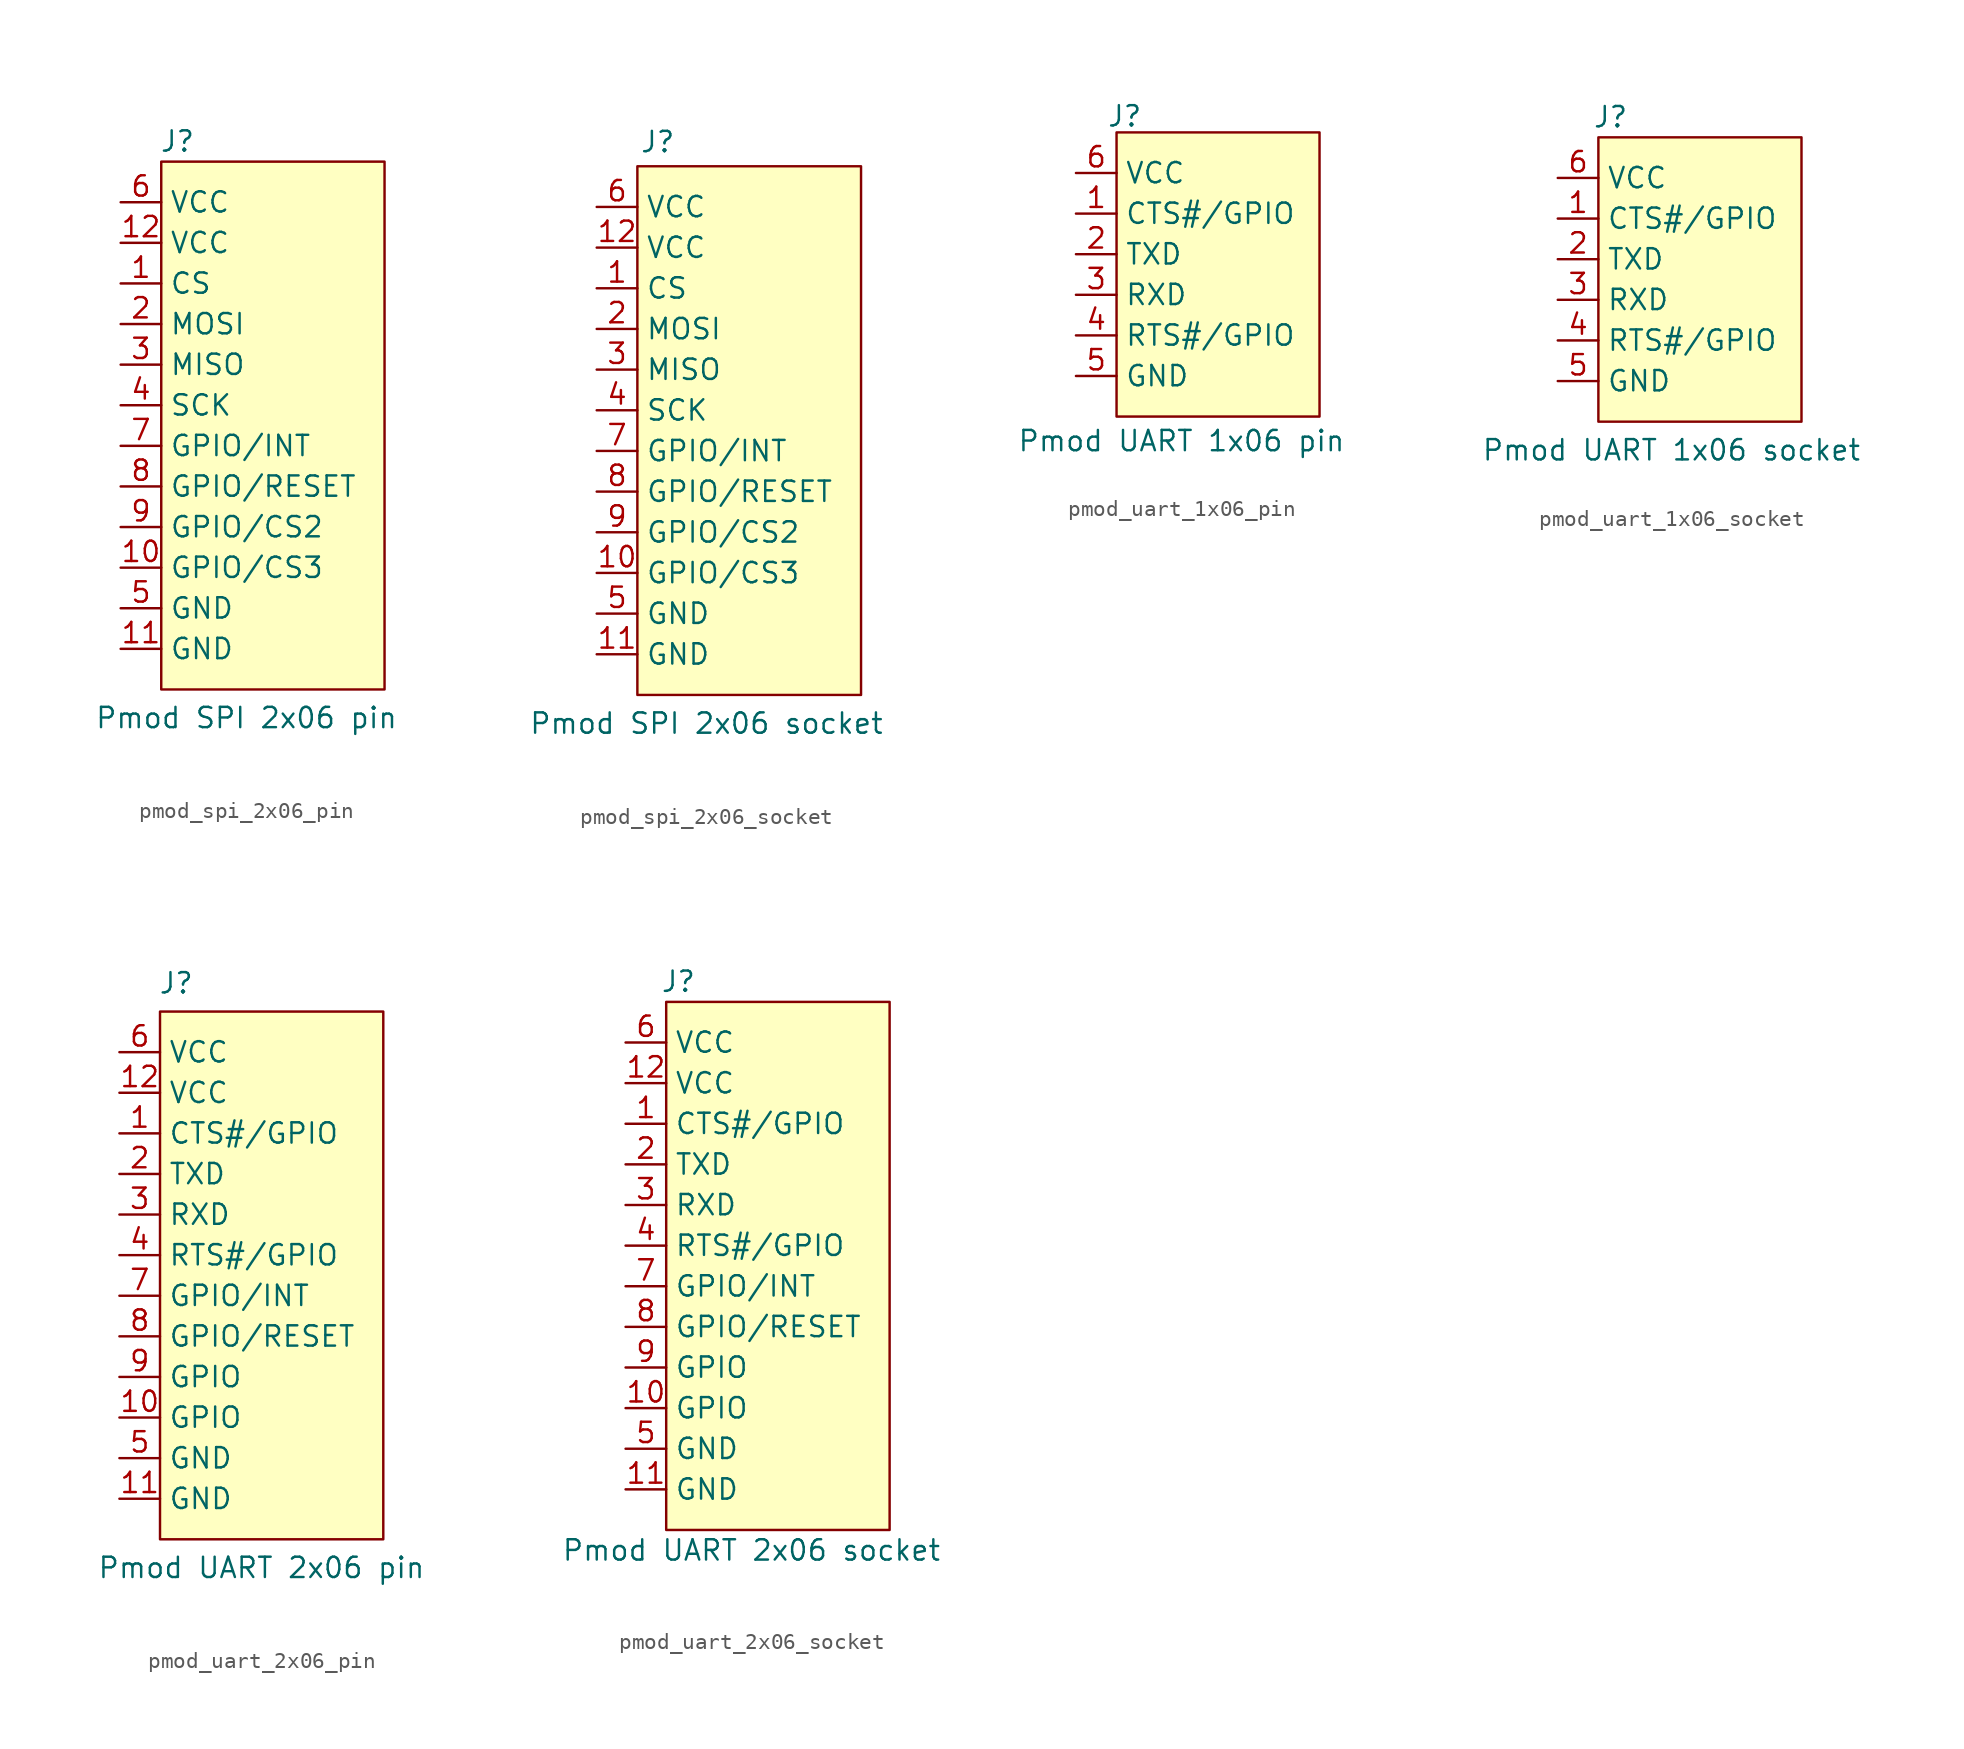
<source format=kicad_sym>
(kicad_symbol_lib
  (version 20241209)
  (generator "kicad_symbol_editor")
  (generator_version "9.0")
  (symbol "pmod_spi_2x06_pin"
    (property "Reference" "J"
      (at 1.016 1.27 0)
      (effects (font (size 1.27 1.27))))
    (property "Value" "Pmod SPI 2x06 pin"
      (at 5.334 -34.798 0)
      (effects (font (size 1.27 1.27))))
    (symbol "pmod_spi_2x06_pin_1_1"
      (rectangle (start 0 0) (end 13.97 -33.02) (stroke (width 0) (type solid)) (fill (type background)))
      (pin power_in line (at -2.54 -2.54 0) (length 2.54) (name "VCC" (effects (font (size 1.27 1.27)))) (number "6" (effects (font (size 1.27 1.27)))))
      (pin power_in line (at -2.54 -5.08 0) (length 2.54) (name "VCC" (effects (font (size 1.27 1.27)))) (number "12" (effects (font (size 1.27 1.27)))))
      (pin output line (at -2.54 -7.62 0) (length 2.54) (name "CS" (effects (font (size 1.27 1.27)))) (number "1" (effects (font (size 1.27 1.27)))))
      (pin output line (at -2.54 -10.16 0) (length 2.54) (name "MOSI" (effects (font (size 1.27 1.27)))) (number "2" (effects (font (size 1.27 1.27)))))
      (pin input line (at -2.54 -12.7 0) (length 2.54) (name "MISO" (effects (font (size 1.27 1.27)))) (number "3" (effects (font (size 1.27 1.27)))))
      (pin output line (at -2.54 -15.24 0) (length 2.54) (name "SCK" (effects (font (size 1.27 1.27)))) (number "4" (effects (font (size 1.27 1.27)))))
      (pin bidirectional line (at -2.54 -17.78 0) (length 2.54) (name "GPIO/INT" (effects (font (size 1.27 1.27)))) (number "7" (effects (font (size 1.27 1.27)))))
      (pin bidirectional line (at -2.54 -20.32 0) (length 2.54) (name "GPIO/RESET" (effects (font (size 1.27 1.27)))) (number "8" (effects (font (size 1.27 1.27)))))
      (pin bidirectional line (at -2.54 -22.86 0) (length 2.54) (name "GPIO/CS2" (effects (font (size 1.27 1.27)))) (number "9" (effects (font (size 1.27 1.27)))))
      (pin bidirectional line (at -2.54 -25.4 0) (length 2.54) (name "GPIO/CS3" (effects (font (size 1.27 1.27)))) (number "10" (effects (font (size 1.27 1.27)))))
      (pin power_in line (at -2.54 -27.94 0) (length 2.54) (name "GND" (effects (font (size 1.27 1.27)))) (number "5" (effects (font (size 1.27 1.27)))))
      (pin power_in line (at -2.54 -30.48 0) (length 2.54) (name "GND" (effects (font (size 1.27 1.27)))) (number "11" (effects (font (size 1.27 1.27)))))))
  (symbol "pmod_spi_2x06_socket"
    (property "Reference" "J"
      (at 1.27 1.524 0)
      (effects (font (size 1.27 1.27))))
    (property "Value" "Pmod SPI 2x06 socket"
      (at 4.318 -34.798 0)
      (effects (font (size 1.27 1.27))))
    (symbol "pmod_spi_2x06_socket_1_1"
      (rectangle (start 0 0) (end 13.97 -33.02) (stroke (width 0) (type solid)) (fill (type background)))
      (pin power_in line (at -2.54 -2.54 0) (length 2.54) (name "VCC" (effects (font (size 1.27 1.27)))) (number "6" (effects (font (size 1.27 1.27)))))
      (pin power_in line (at -2.54 -5.08 0) (length 2.54) (name "VCC" (effects (font (size 1.27 1.27)))) (number "12" (effects (font (size 1.27 1.27)))))
      (pin input line (at -2.54 -7.62 0) (length 2.54) (name "CS" (effects (font (size 1.27 1.27)))) (number "1" (effects (font (size 1.27 1.27)))))
      (pin input line (at -2.54 -10.16 0) (length 2.54) (name "MOSI" (effects (font (size 1.27 1.27)))) (number "2" (effects (font (size 1.27 1.27)))))
      (pin output line (at -2.54 -12.7 0) (length 2.54) (name "MISO" (effects (font (size 1.27 1.27)))) (number "3" (effects (font (size 1.27 1.27)))))
      (pin input line (at -2.54 -15.24 0) (length 2.54) (name "SCK" (effects (font (size 1.27 1.27)))) (number "4" (effects (font (size 1.27 1.27)))))
      (pin bidirectional line (at -2.54 -17.78 0) (length 2.54) (name "GPIO/INT" (effects (font (size 1.27 1.27)))) (number "7" (effects (font (size 1.27 1.27)))))
      (pin bidirectional line (at -2.54 -20.32 0) (length 2.54) (name "GPIO/RESET" (effects (font (size 1.27 1.27)))) (number "8" (effects (font (size 1.27 1.27)))))
      (pin bidirectional line (at -2.54 -22.86 0) (length 2.54) (name "GPIO/CS2" (effects (font (size 1.27 1.27)))) (number "9" (effects (font (size 1.27 1.27)))))
      (pin bidirectional line (at -2.54 -25.4 0) (length 2.54) (name "GPIO/CS3" (effects (font (size 1.27 1.27)))) (number "10" (effects (font (size 1.27 1.27)))))
      (pin power_in line (at -2.54 -27.94 0) (length 2.54) (name "GND" (effects (font (size 1.27 1.27)))) (number "5" (effects (font (size 1.27 1.27)))))
      (pin power_in line (at -2.54 -30.48 0) (length 2.54) (name "GND" (effects (font (size 1.27 1.27)))) (number "11" (effects (font (size 1.27 1.27)))))))
  (symbol "pmod_uart_1x06_pin"
    (property "Reference" "J"
      (at 0.508 1.016 0)
      (effects (font (size 1.27 1.27))))
    (property "Value" "Pmod UART 1x06 pin"
      (at 4.064 -19.304 0)
      (effects (font (size 1.27 1.27))))
    (symbol "pmod_uart_1x06_pin_1_1"
      (rectangle (start 0 0) (end 12.7 -17.78) (stroke (width 0) (type solid)) (fill (type background)))
      (pin power_in line (at -2.54 -2.54 0) (length 2.54) (name "VCC" (effects (font (size 1.27 1.27)))) (number "6" (effects (font (size 1.27 1.27)))))
      (pin bidirectional line (at -2.54 -5.08 0) (length 2.54) (name "CTS#/GPIO" (effects (font (size 1.27 1.27)))) (number "1" (effects (font (size 1.27 1.27)))))
      (pin output line (at -2.54 -7.62 0) (length 2.54) (name "TXD" (effects (font (size 1.27 1.27)))) (number "2" (effects (font (size 1.27 1.27)))))
      (pin input line (at -2.54 -10.16 0) (length 2.54) (name "RXD" (effects (font (size 1.27 1.27)))) (number "3" (effects (font (size 1.27 1.27)))))
      (pin bidirectional line (at -2.54 -12.7 0) (length 2.54) (name "RTS#/GPIO" (effects (font (size 1.27 1.27)))) (number "4" (effects (font (size 1.27 1.27)))))
      (pin power_in line (at -2.54 -15.24 0) (length 2.54) (name "GND" (effects (font (size 1.27 1.27)))) (number "5" (effects (font (size 1.27 1.27)))))))
  (symbol "pmod_uart_1x06_socket"
    (property "Reference" "J"
      (at 0.762 1.27 0)
      (effects (font (size 1.27 1.27))))
    (property "Value" "Pmod UART 1x06 socket"
      (at 4.572 -19.558 0)
      (effects (font (size 1.27 1.27))))
    (symbol "pmod_uart_1x06_socket_1_1"
      (rectangle (start 0 0) (end 12.7 -17.78) (stroke (width 0) (type solid)) (fill (type background)))
      (pin power_in line (at -2.54 -2.54 0) (length 2.54) (name "VCC" (effects (font (size 1.27 1.27)))) (number "6" (effects (font (size 1.27 1.27)))))
      (pin bidirectional line (at -2.54 -5.08 0) (length 2.54) (name "CTS#/GPIO" (effects (font (size 1.27 1.27)))) (number "1" (effects (font (size 1.27 1.27)))))
      (pin input line (at -2.54 -7.62 0) (length 2.54) (name "TXD" (effects (font (size 1.27 1.27)))) (number "2" (effects (font (size 1.27 1.27)))))
      (pin output line (at -2.54 -10.16 0) (length 2.54) (name "RXD" (effects (font (size 1.27 1.27)))) (number "3" (effects (font (size 1.27 1.27)))))
      (pin bidirectional line (at -2.54 -12.7 0) (length 2.54) (name "RTS#/GPIO" (effects (font (size 1.27 1.27)))) (number "4" (effects (font (size 1.27 1.27)))))
      (pin power_in line (at -2.54 -15.24 0) (length 2.54) (name "GND" (effects (font (size 1.27 1.27)))) (number "5" (effects (font (size 1.27 1.27)))))))
  (symbol "pmod_uart_2x06_pin"
    (property "Reference" "J"
      (at 1.016 1.778 0)
      (effects (font (size 1.27 1.27))))
    (property "Value" "Pmod UART 2x06 pin"
      (at 6.35 -34.798 0)
      (effects (font (size 1.27 1.27))))
    (symbol "pmod_uart_2x06_pin_1_1"
      (rectangle (start 0 0) (end 13.97 -33.02) (stroke (width 0) (type solid)) (fill (type background)))
      (pin power_in line (at -2.54 -2.54 0) (length 2.54) (name "VCC" (effects (font (size 1.27 1.27)))) (number "6" (effects (font (size 1.27 1.27)))))
      (pin power_in line (at -2.54 -5.08 0) (length 2.54) (name "VCC" (effects (font (size 1.27 1.27)))) (number "12" (effects (font (size 1.27 1.27)))))
      (pin bidirectional line (at -2.54 -7.62 0) (length 2.54) (name "CTS#/GPIO" (effects (font (size 1.27 1.27)))) (number "1" (effects (font (size 1.27 1.27)))))
      (pin output line (at -2.54 -10.16 0) (length 2.54) (name "TXD" (effects (font (size 1.27 1.27)))) (number "2" (effects (font (size 1.27 1.27)))))
      (pin input line (at -2.54 -12.7 0) (length 2.54) (name "RXD" (effects (font (size 1.27 1.27)))) (number "3" (effects (font (size 1.27 1.27)))))
      (pin bidirectional line (at -2.54 -15.24 0) (length 2.54) (name "RTS#/GPIO" (effects (font (size 1.27 1.27)))) (number "4" (effects (font (size 1.27 1.27)))))
      (pin bidirectional line (at -2.54 -17.78 0) (length 2.54) (name "GPIO/INT" (effects (font (size 1.27 1.27)))) (number "7" (effects (font (size 1.27 1.27)))))
      (pin bidirectional line (at -2.54 -20.32 0) (length 2.54) (name "GPIO/RESET" (effects (font (size 1.27 1.27)))) (number "8" (effects (font (size 1.27 1.27)))))
      (pin bidirectional line (at -2.54 -22.86 0) (length 2.54) (name "GPIO" (effects (font (size 1.27 1.27)))) (number "9" (effects (font (size 1.27 1.27)))))
      (pin bidirectional line (at -2.54 -25.4 0) (length 2.54) (name "GPIO" (effects (font (size 1.27 1.27)))) (number "10" (effects (font (size 1.27 1.27)))))
      (pin power_in line (at -2.54 -27.94 0) (length 2.54) (name "GND" (effects (font (size 1.27 1.27)))) (number "5" (effects (font (size 1.27 1.27)))))
      (pin power_in line (at -2.54 -30.48 0) (length 2.54) (name "GND" (effects (font (size 1.27 1.27)))) (number "11" (effects (font (size 1.27 1.27)))))))
  (symbol "pmod_uart_2x06_socket"
    (property "Reference" "J"
      (at 0.762 1.27 0)
      (effects (font (size 1.27 1.27))))
    (property "Value" "Pmod UART 2x06 socket"
      (at 5.334 -34.29 0)
      (effects (font (size 1.27 1.27))))
    (symbol "pmod_uart_2x06_socket_1_1"
      (rectangle (start 0 0) (end 13.97 -33.02) (stroke (width 0) (type solid)) (fill (type background)))
      (pin power_in line (at -2.54 -2.54 0) (length 2.54) (name "VCC" (effects (font (size 1.27 1.27)))) (number "6" (effects (font (size 1.27 1.27)))))
      (pin power_in line (at -2.54 -5.08 0) (length 2.54) (name "VCC" (effects (font (size 1.27 1.27)))) (number "12" (effects (font (size 1.27 1.27)))))
      (pin bidirectional line (at -2.54 -7.62 0) (length 2.54) (name "CTS#/GPIO" (effects (font (size 1.27 1.27)))) (number "1" (effects (font (size 1.27 1.27)))))
      (pin input line (at -2.54 -10.16 0) (length 2.54) (name "TXD" (effects (font (size 1.27 1.27)))) (number "2" (effects (font (size 1.27 1.27)))))
      (pin output line (at -2.54 -12.7 0) (length 2.54) (name "RXD" (effects (font (size 1.27 1.27)))) (number "3" (effects (font (size 1.27 1.27)))))
      (pin bidirectional line (at -2.54 -15.24 0) (length 2.54) (name "RTS#/GPIO" (effects (font (size 1.27 1.27)))) (number "4" (effects (font (size 1.27 1.27)))))
      (pin bidirectional line (at -2.54 -17.78 0) (length 2.54) (name "GPIO/INT" (effects (font (size 1.27 1.27)))) (number "7" (effects (font (size 1.27 1.27)))))
      (pin bidirectional line (at -2.54 -20.32 0) (length 2.54) (name "GPIO/RESET" (effects (font (size 1.27 1.27)))) (number "8" (effects (font (size 1.27 1.27)))))
      (pin bidirectional line (at -2.54 -22.86 0) (length 2.54) (name "GPIO" (effects (font (size 1.27 1.27)))) (number "9" (effects (font (size 1.27 1.27)))))
      (pin bidirectional line (at -2.54 -25.4 0) (length 2.54) (name "GPIO" (effects (font (size 1.27 1.27)))) (number "10" (effects (font (size 1.27 1.27)))))
      (pin power_in line (at -2.54 -27.94 0) (length 2.54) (name "GND" (effects (font (size 1.27 1.27)))) (number "5" (effects (font (size 1.27 1.27)))))
      (pin power_in line (at -2.54 -30.48 0) (length 2.54) (name "GND" (effects (font (size 1.27 1.27)))) (number "11" (effects (font (size 1.27 1.27))))))))
</source>
